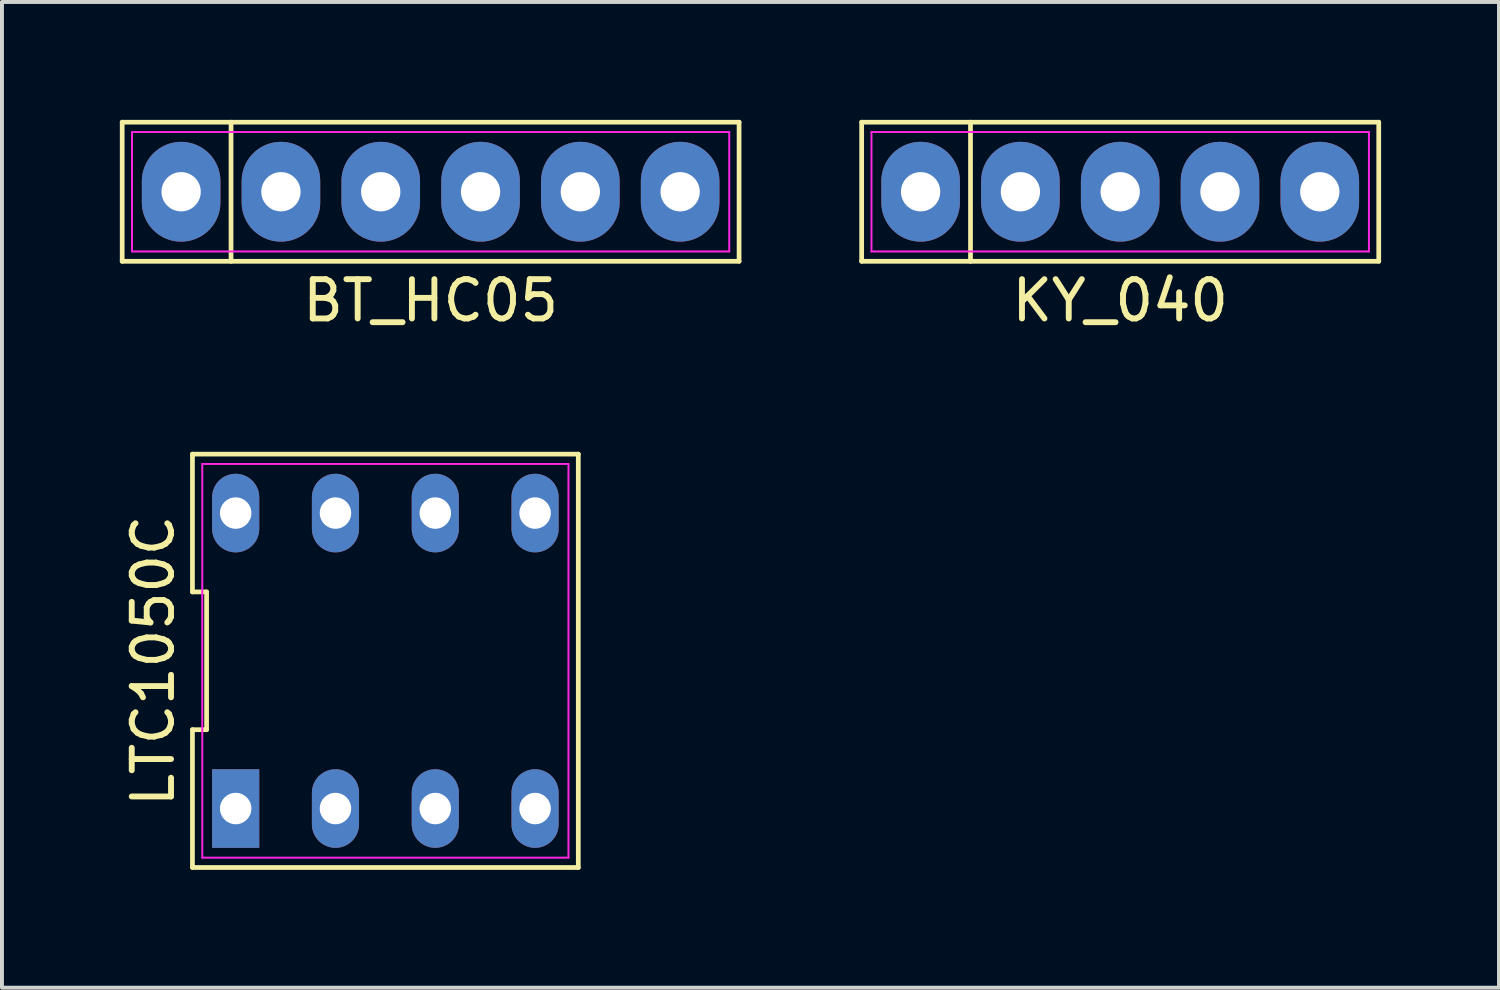
<source format=kicad_pcb>
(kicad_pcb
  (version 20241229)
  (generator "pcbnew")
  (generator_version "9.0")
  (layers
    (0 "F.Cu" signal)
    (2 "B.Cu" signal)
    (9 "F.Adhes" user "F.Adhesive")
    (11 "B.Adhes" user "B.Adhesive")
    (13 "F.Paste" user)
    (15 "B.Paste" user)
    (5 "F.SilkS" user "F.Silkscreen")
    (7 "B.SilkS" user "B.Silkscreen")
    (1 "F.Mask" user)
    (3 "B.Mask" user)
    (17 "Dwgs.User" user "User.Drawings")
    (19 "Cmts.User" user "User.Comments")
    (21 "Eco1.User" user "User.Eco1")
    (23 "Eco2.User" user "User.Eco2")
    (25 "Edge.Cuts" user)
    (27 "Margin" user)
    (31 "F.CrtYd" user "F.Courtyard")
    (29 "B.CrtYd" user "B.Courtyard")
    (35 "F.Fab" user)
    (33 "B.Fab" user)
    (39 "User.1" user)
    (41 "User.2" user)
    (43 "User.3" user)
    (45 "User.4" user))
  (footprint "BT_HC05"
    (layer "F.Cu")
    (at 7.91 1.83)
    (property "Reference" "BT_HC05" (at 0 2.77 0) (layer "F.SilkS") (effects (font (size 1 1) (thickness 0.15))))
    (fp_line (start -7.85 -1.77) (end 7.85 -1.77) (stroke (width 0.12) (type solid)) (layer "F.SilkS"))
    (fp_line (start -7.85 1.77) (end -7.85 -1.77) (stroke (width 0.12) (type solid)) (layer "F.SilkS"))
    (fp_line (start -5.08 -1.77) (end -5.08 1.77) (stroke (width 0.12) (type solid)) (layer "F.SilkS"))
    (fp_line (start 7.85 -1.77) (end 7.85 1.77) (stroke (width 0.12) (type solid)) (layer "F.SilkS"))
    (fp_line (start 7.85 1.77) (end -7.85 1.77) (stroke (width 0.12) (type solid)) (layer "F.SilkS"))
    (fp_line (start -7.6 -1.52) (end 7.6 -1.52) (stroke (width 0.05) (type solid)) (layer "F.CrtYd"))
    (fp_line (start -7.6 1.52) (end -7.6 -1.52) (stroke (width 0.05) (type solid)) (layer "F.CrtYd"))
    (fp_line (start 7.6 -1.52) (end 7.6 1.52) (stroke (width 0.05) (type solid)) (layer "F.CrtYd"))
    (fp_line (start 7.6 1.52) (end -7.6 1.52) (stroke (width 0.05) (type solid)) (layer "F.CrtYd"))
    (pad "1" thru_hole oval (at -6.35 0) (size 2 2.54) (drill 1) (layers "*.Cu" "*.Mask"))
    (pad "2" thru_hole oval (at -3.81 0) (size 2 2.54) (drill 1) (layers "*.Cu" "*.Mask"))
    (pad "3" thru_hole oval (at -1.27 0) (size 2 2.54) (drill 1) (layers "*.Cu" "*.Mask"))
    (pad "4" thru_hole oval (at 1.27 0) (size 2 2.54) (drill 1) (layers "*.Cu" "*.Mask"))
    (pad "5" thru_hole oval (at 3.81 0) (size 2 2.54) (drill 1) (layers "*.Cu" "*.Mask"))
    (pad "6" thru_hole oval (at 6.35 0) (size 2 2.54) (drill 1) (layers "*.Cu" "*.Mask")))
  (footprint "KY_040"
    (layer "F.Cu")
    (at 25.46 1.83)
    (property "Reference" "KY_040" (at 0 2.77 0) (layer "F.SilkS") (effects (font (size 1 1) (thickness 0.15))))
    (fp_line (start -6.58 -1.77) (end 6.58 -1.77) (stroke (width 0.12) (type solid)) (layer "F.SilkS"))
    (fp_line (start -6.58 1.77) (end -6.58 -1.77) (stroke (width 0.12) (type solid)) (layer "F.SilkS"))
    (fp_line (start -3.81 -1.77) (end -3.81 1.77) (stroke (width 0.12) (type solid)) (layer "F.SilkS"))
    (fp_line (start 6.58 -1.77) (end 6.58 1.77) (stroke (width 0.12) (type solid)) (layer "F.SilkS"))
    (fp_line (start 6.58 1.77) (end -6.58 1.77) (stroke (width 0.12) (type solid)) (layer "F.SilkS"))
    (fp_line (start -6.33 -1.52) (end 6.33 -1.52) (stroke (width 0.05) (type solid)) (layer "F.CrtYd"))
    (fp_line (start -6.33 1.52) (end -6.33 -1.52) (stroke (width 0.05) (type solid)) (layer "F.CrtYd"))
    (fp_line (start 6.33 -1.52) (end 6.33 1.52) (stroke (width 0.05) (type solid)) (layer "F.CrtYd"))
    (fp_line (start 6.33 1.52) (end -6.33 1.52) (stroke (width 0.05) (type solid)) (layer "F.CrtYd"))
    (pad "1" thru_hole oval (at -5.08 0) (size 2 2.54) (drill 1) (layers "*.Cu" "*.Mask"))
    (pad "2" thru_hole oval (at -2.54 0) (size 2 2.54) (drill 1) (layers "*.Cu" "*.Mask"))
    (pad "3" thru_hole oval (at 0 0) (size 2 2.54) (drill 1) (layers "*.Cu" "*.Mask"))
    (pad "4" thru_hole oval (at 2.54 0) (size 2 2.54) (drill 1) (layers "*.Cu" "*.Mask"))
    (pad "5" thru_hole oval (at 5.08 0) (size 2 2.54) (drill 1) (layers "*.Cu" "*.Mask")))
  (footprint "LTC1050C"
    (layer "F.Cu")
    (at 6.758 13.768)
    (property "Reference" "LTC1050C" (at -5.91 0 90) (layer "F.SilkS") (effects (font (size 1 1) (thickness 0.15))))
    (fp_line (start -4.91 -5.26) (end -4.91 -1.753) (stroke (width 0.12) (type solid)) (layer "F.SilkS"))
    (fp_line (start -4.91 -1.753) (end -4.55 -1.753) (stroke (width 0.12) (type solid)) (layer "F.SilkS"))
    (fp_line (start -4.91 1.753) (end -4.91 5.26) (stroke (width 0.12) (type solid)) (layer "F.SilkS"))
    (fp_line (start -4.91 5.26) (end 4.91 5.26) (stroke (width 0.12) (type solid)) (layer "F.SilkS"))
    (fp_line (start -4.55 -1.753) (end -4.55 1.753) (stroke (width 0.12) (type solid)) (layer "F.SilkS"))
    (fp_line (start -4.55 1.753) (end -4.91 1.753) (stroke (width 0.12) (type solid)) (layer "F.SilkS"))
    (fp_line (start 4.91 -5.26) (end -4.91 -5.26) (stroke (width 0.12) (type solid)) (layer "F.SilkS"))
    (fp_line (start 4.91 5.26) (end 4.91 -5.26) (stroke (width 0.12) (type solid)) (layer "F.SilkS"))
    (fp_line (start -4.66 -5.01) (end 4.66 -5.01) (stroke (width 0.05) (type solid)) (layer "F.CrtYd"))
    (fp_line (start -4.66 5.01) (end -4.66 -5.01) (stroke (width 0.05) (type solid)) (layer "F.CrtYd"))
    (fp_line (start 4.66 -5.01) (end 4.66 5.01) (stroke (width 0.05) (type solid)) (layer "F.CrtYd"))
    (fp_line (start 4.66 5.01) (end -4.66 5.01) (stroke (width 0.05) (type solid)) (layer "F.CrtYd"))
    (pad "1" thru_hole rect (at -3.81 3.76) (size 1.2 2) (drill 0.8) (layers "*.Cu" "*.Mask"))
    (pad "2" thru_hole oval (at -1.27 3.76) (size 1.2 2) (drill 0.8) (layers "*.Cu" "*.Mask"))
    (pad "3" thru_hole oval (at 1.27 3.76) (size 1.2 2) (drill 0.8) (layers "*.Cu" "*.Mask"))
    (pad "4" thru_hole oval (at 3.81 3.76) (size 1.2 2) (drill 0.8) (layers "*.Cu" "*.Mask"))
    (pad "5" thru_hole oval (at 3.81 -3.76) (size 1.2 2) (drill 0.8) (layers "*.Cu" "*.Mask"))
    (pad "6" thru_hole oval (at 1.27 -3.76) (size 1.2 2) (drill 0.8) (layers "*.Cu" "*.Mask"))
    (pad "7" thru_hole oval (at -1.27 -3.76) (size 1.2 2) (drill 0.8) (layers "*.Cu" "*.Mask"))
    (pad "8" thru_hole oval (at -3.81 -3.76) (size 1.2 2) (drill 0.8) (layers "*.Cu" "*.Mask")))
  (gr_rect
    (start -3 -3)
    (end 35.1 22.088)
    (stroke (width 0.1) (type default))
    (fill no)
    (layer "Edge.Cuts")))
</source>
